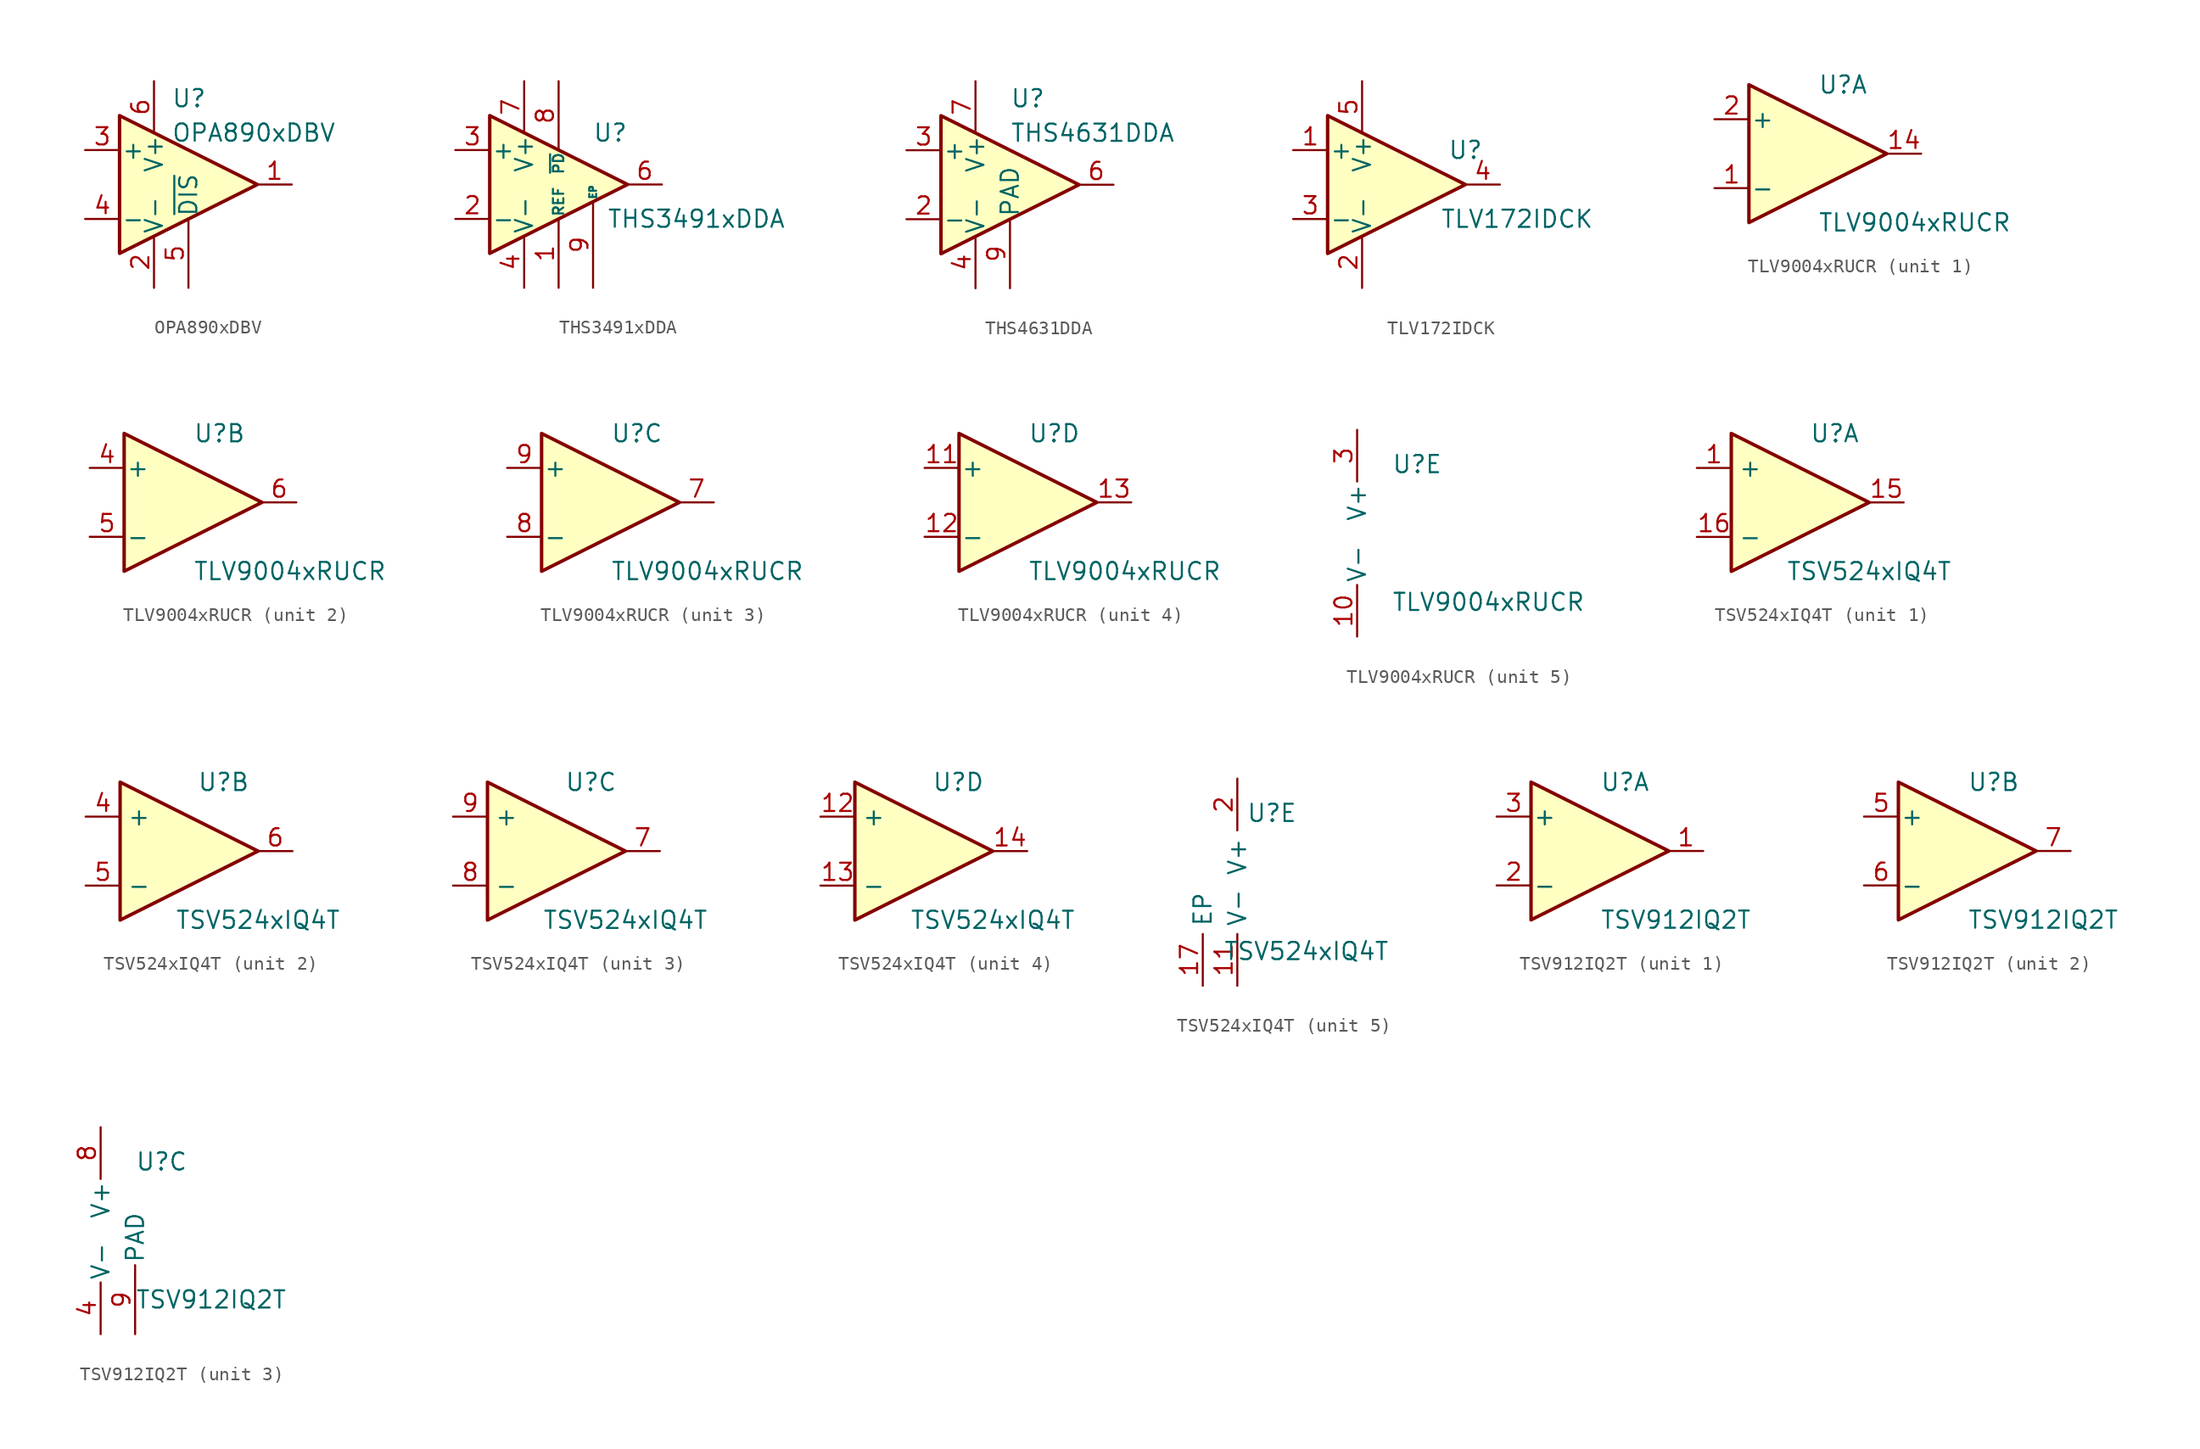
<source format=kicad_sym>
(kicad_symbol_lib
  (version 20201005)
  (generator kicad_symbol_editor)
  (symbol "Amplifier_Operational:OPA890xDBV"
    (pin_names
      (offset 0.127))
    (property "Reference" "U"
      (at -1.27 6.35 0)
      (effects (font (size 1.27 1.27)) (justify left)))
    (property "Value" "OPA890xDBV"
      (at -1.27 3.81 0)
      (effects (font (size 1.27 1.27)) (justify left)))
    (symbol "OPA890xDBV_0_1"
      (polyline (pts (xy -5.08 5.08) (xy 5.08 0) (xy -5.08 -5.08) (xy -5.08 5.08)) (stroke (width 0.254)) (fill (type background)))
      (pin power_in line (at -2.54 -7.62 90) (length 3.81) (name "V-" (effects (font (size 1.27 1.27)))) (number "2" (effects (font (size 1.27 1.27)))))
      (pin power_in line (at -2.54 7.62 270) (length 3.81) (name "V+" (effects (font (size 1.27 1.27)))) (number "6" (effects (font (size 1.27 1.27))))))
    (symbol "OPA890xDBV_1_1"
      (pin output line (at 7.62 0 180) (length 2.54) (name "~" (effects (font (size 1.27 1.27)))) (number "1" (effects (font (size 1.27 1.27)))))
      (pin input line (at -7.62 2.54 0) (length 2.54) (name "+" (effects (font (size 1.27 1.27)))) (number "3" (effects (font (size 1.27 1.27)))))
      (pin input line (at -7.62 -2.54 0) (length 2.54) (name "-" (effects (font (size 1.27 1.27)))) (number "4" (effects (font (size 1.27 1.27)))))
      (pin input line (at 0 -7.62 90) (length 5.08) (name "~DIS" (effects (font (size 1.27 1.27)))) (number "5" (effects (font (size 1.27 1.27)))))))
  (symbol "Amplifier_Operational:THS3491xDDA"
    (pin_names
      (offset 0.127))
    (property "Reference" "U"
      (at 3.81 3.81 0)
      (effects (font (size 1.27 1.27))))
    (property "Value" "THS3491xDDA"
      (at 10.16 -2.54 0)
      (effects (font (size 1.27 1.27))))
    (symbol "THS3491xDDA_1_1"
      (polyline (pts (xy -5.08 5.08) (xy 5.08 0) (xy -5.08 -5.08) (xy -5.08 5.08)) (stroke (width 0.254)) (fill (type background)))
      (pin input line (at 0 -7.62 90) (length 5.08) (name "REF" (effects (font (size 0.762 0.762)))) (number "1" (effects (font (size 1.27 1.27)))))
      (pin input line (at -7.62 -2.54 0) (length 2.54) (name "-" (effects (font (size 1.27 1.27)))) (number "2" (effects (font (size 1.27 1.27)))))
      (pin input line (at -7.62 2.54 0) (length 2.54) (name "+" (effects (font (size 1.27 1.27)))) (number "3" (effects (font (size 1.27 1.27)))))
      (pin power_in line (at -2.54 -7.62 90) (length 3.81) (name "V-" (effects (font (size 1.27 1.27)))) (number "4" (effects (font (size 1.27 1.27)))))
      (pin no_connect line (at -5.08 0 0) (length 2.54) hide (name "NC" (effects (font (size 1.27 1.27)))) (number "5" (effects (font (size 1.27 1.27)))))
      (pin output line (at 7.62 0 180) (length 2.54) (name "~" (effects (font (size 1.27 1.27)))) (number "6" (effects (font (size 1.27 1.27)))))
      (pin power_in line (at -2.54 7.62 270) (length 3.81) (name "V+" (effects (font (size 1.27 1.27)))) (number "7" (effects (font (size 1.27 1.27)))))
      (pin input line (at 0 7.62 270) (length 5.08) (name "~PD" (effects (font (size 0.762 0.762)))) (number "8" (effects (font (size 1.27 1.27)))))
      (pin passive line (at 2.54 -7.62 90) (length 6.35) (name "EP" (effects (font (size 0.508 0.508)))) (number "9" (effects (font (size 1.27 1.27)))))))
  (symbol "Amplifier_Operational:THS4631DDA"
    (pin_names
      (offset 0.127))
    (property "Reference" "U"
      (at 0 6.35 0)
      (effects (font (size 1.27 1.27)) (justify left)))
    (property "Value" "THS4631DDA"
      (at 0 3.81 0)
      (effects (font (size 1.27 1.27)) (justify left)))
    (symbol "THS4631DDA_0_1"
      (polyline (pts (xy -5.08 5.08) (xy 5.08 0) (xy -5.08 -5.08) (xy -5.08 5.08)) (stroke (width 0.254)) (fill (type background))))
    (symbol "THS4631DDA_1_1"
      (pin no_connect line (at -2.54 2.54 270) (length 2.54) hide (name "NC" (effects (font (size 1.27 1.27)))) (number "1" (effects (font (size 1.27 1.27)))))
      (pin input line (at -7.62 -2.54 0) (length 2.54) (name "-" (effects (font (size 1.27 1.27)))) (number "2" (effects (font (size 1.27 1.27)))))
      (pin input line (at -7.62 2.54 0) (length 2.54) (name "+" (effects (font (size 1.27 1.27)))) (number "3" (effects (font (size 1.27 1.27)))))
      (pin power_in line (at -2.54 -7.62 90) (length 3.81) (name "V-" (effects (font (size 1.27 1.27)))) (number "4" (effects (font (size 1.27 1.27)))))
      (pin no_connect line (at 0 2.54 270) (length 2.54) hide (name "NC" (effects (font (size 1.27 1.27)))) (number "5" (effects (font (size 1.27 1.27)))))
      (pin output line (at 7.62 0 180) (length 2.54) (name "~" (effects (font (size 1.27 1.27)))) (number "6" (effects (font (size 1.27 1.27)))))
      (pin power_in line (at -2.54 7.62 270) (length 3.81) (name "V+" (effects (font (size 1.27 1.27)))) (number "7" (effects (font (size 1.27 1.27)))))
      (pin no_connect line (at 0 -2.54 90) (length 2.54) hide (name "NC" (effects (font (size 1.27 1.27)))) (number "8" (effects (font (size 1.27 1.27)))))
      (pin passive line (at 0 -7.62 90) (length 5.08) (name "PAD" (effects (font (size 1.27 1.27)))) (number "9" (effects (font (size 1.27 1.27)))))))
  (symbol "Amplifier_Operational:TLV172IDCK"
    (pin_names
      (offset 0.127))
    (property "Reference" "U"
      (at 7.62 2.54 0)
      (effects (font (size 1.27 1.27))))
    (property "Value" "TLV172IDCK"
      (at 11.43 -2.54 0)
      (effects (font (size 1.27 1.27))))
    (symbol "TLV172IDCK_0_1"
      (polyline (pts (xy -2.54 5.08) (xy -2.54 -5.08) (xy 7.62 0) (xy -2.54 5.08)) (stroke (width 0.254)) (fill (type background))))
    (symbol "TLV172IDCK_1_1"
      (pin input line (at -5.08 2.54 0) (length 2.54) (name "+" (effects (font (size 1.27 1.27)))) (number "1" (effects (font (size 1.27 1.27)))))
      (pin power_in line (at 0 -7.62 90) (length 3.81) (name "V-" (effects (font (size 1.27 1.27)))) (number "2" (effects (font (size 1.27 1.27)))))
      (pin input line (at -5.08 -2.54 0) (length 2.54) (name "-" (effects (font (size 1.27 1.27)))) (number "3" (effects (font (size 1.27 1.27)))))
      (pin output line (at 10.16 0 180) (length 2.54) (name "~" (effects (font (size 1.27 1.27)))) (number "4" (effects (font (size 1.27 1.27)))))
      (pin power_in line (at 0 7.62 270) (length 3.81) (name "V+" (effects (font (size 1.27 1.27)))) (number "5" (effects (font (size 1.27 1.27)))))))
  (symbol "Amplifier_Operational:TLV9004xRUCR"
    (pin_names
      (offset 0.127))
    (property "Reference" "U"
      (at 0 5.08 0)
      (effects (font (size 1.27 1.27)) (justify left)))
    (property "Value" "TLV9004xRUCR"
      (at 0 -5.08 0)
      (effects (font (size 1.27 1.27)) (justify left)))
    (property "ki_locked" ""
      (at 0 0 0)
      (effects (font (size 1.27 1.27))))
    (symbol "TLV9004xRUCR_1_1"
      (polyline (pts (xy -5.08 5.08) (xy 5.08 0) (xy -5.08 -5.08) (xy -5.08 5.08)) (stroke (width 0.254)) (fill (type background)))
      (pin input line (at -7.62 -2.54 0) (length 2.54) (name "-" (effects (font (size 1.27 1.27)))) (number "1" (effects (font (size 1.27 1.27)))))
      (pin output line (at 7.62 0 180) (length 2.54) (name "~" (effects (font (size 1.27 1.27)))) (number "14" (effects (font (size 1.27 1.27)))))
      (pin input line (at -7.62 2.54 0) (length 2.54) (name "+" (effects (font (size 1.27 1.27)))) (number "2" (effects (font (size 1.27 1.27))))))
    (symbol "TLV9004xRUCR_2_1"
      (polyline (pts (xy -5.08 5.08) (xy 5.08 0) (xy -5.08 -5.08) (xy -5.08 5.08)) (stroke (width 0.254)) (fill (type background)))
      (pin input line (at -7.62 2.54 0) (length 2.54) (name "+" (effects (font (size 1.27 1.27)))) (number "4" (effects (font (size 1.27 1.27)))))
      (pin input line (at -7.62 -2.54 0) (length 2.54) (name "-" (effects (font (size 1.27 1.27)))) (number "5" (effects (font (size 1.27 1.27)))))
      (pin output line (at 7.62 0 180) (length 2.54) (name "~" (effects (font (size 1.27 1.27)))) (number "6" (effects (font (size 1.27 1.27))))))
    (symbol "TLV9004xRUCR_3_1"
      (polyline (pts (xy -5.08 5.08) (xy 5.08 0) (xy -5.08 -5.08) (xy -5.08 5.08)) (stroke (width 0.254)) (fill (type background)))
      (pin output line (at 7.62 0 180) (length 2.54) (name "~" (effects (font (size 1.27 1.27)))) (number "7" (effects (font (size 1.27 1.27)))))
      (pin input line (at -7.62 -2.54 0) (length 2.54) (name "-" (effects (font (size 1.27 1.27)))) (number "8" (effects (font (size 1.27 1.27)))))
      (pin input line (at -7.62 2.54 0) (length 2.54) (name "+" (effects (font (size 1.27 1.27)))) (number "9" (effects (font (size 1.27 1.27))))))
    (symbol "TLV9004xRUCR_4_1"
      (polyline (pts (xy -5.08 5.08) (xy 5.08 0) (xy -5.08 -5.08) (xy -5.08 5.08)) (stroke (width 0.254)) (fill (type background)))
      (pin input line (at -7.62 2.54 0) (length 2.54) (name "+" (effects (font (size 1.27 1.27)))) (number "11" (effects (font (size 1.27 1.27)))))
      (pin input line (at -7.62 -2.54 0) (length 2.54) (name "-" (effects (font (size 1.27 1.27)))) (number "12" (effects (font (size 1.27 1.27)))))
      (pin output line (at 7.62 0 180) (length 2.54) (name "~" (effects (font (size 1.27 1.27)))) (number "13" (effects (font (size 1.27 1.27))))))
    (symbol "TLV9004xRUCR_5_1"
      (pin power_in line (at -2.54 -7.62 90) (length 3.81) (name "V-" (effects (font (size 1.27 1.27)))) (number "10" (effects (font (size 1.27 1.27)))))
      (pin power_in line (at -2.54 7.62 270) (length 3.81) (name "V+" (effects (font (size 1.27 1.27)))) (number "3" (effects (font (size 1.27 1.27)))))))
  (symbol "Amplifier_Operational:TSV524xIQ4T"
    (property "Reference" "U"
      (at 2.54 5.08 0)
      (effects (font (size 1.27 1.27))))
    (property "Value" "TSV524xIQ4T"
      (at 5.08 -5.08 0)
      (effects (font (size 1.27 1.27))))
    (property "ki_locked" ""
      (at 0 0 0)
      (effects (font (size 1.27 1.27))))
    (symbol "TSV524xIQ4T_1_1"
      (polyline (pts (xy -5.08 5.08) (xy 5.08 0) (xy -5.08 -5.08) (xy -5.08 5.08)) (stroke (width 0.254)) (fill (type background)))
      (pin input line (at -7.62 2.54 0) (length 2.54) (name "+" (effects (font (size 1.27 1.27)))) (number "1" (effects (font (size 1.27 1.27)))))
      (pin output line (at 7.62 0 180) (length 2.54) (name "~" (effects (font (size 1.27 1.27)))) (number "15" (effects (font (size 1.27 1.27)))))
      (pin input line (at -7.62 -2.54 0) (length 2.54) (name "-" (effects (font (size 1.27 1.27)))) (number "16" (effects (font (size 1.27 1.27))))))
    (symbol "TSV524xIQ4T_2_1"
      (polyline (pts (xy -5.08 5.08) (xy 5.08 0) (xy -5.08 -5.08) (xy -5.08 5.08)) (stroke (width 0.254)) (fill (type background)))
      (pin input line (at -7.62 2.54 0) (length 2.54) (name "+" (effects (font (size 1.27 1.27)))) (number "4" (effects (font (size 1.27 1.27)))))
      (pin input line (at -7.62 -2.54 0) (length 2.54) (name "-" (effects (font (size 1.27 1.27)))) (number "5" (effects (font (size 1.27 1.27)))))
      (pin output line (at 7.62 0 180) (length 2.54) (name "~" (effects (font (size 1.27 1.27)))) (number "6" (effects (font (size 1.27 1.27))))))
    (symbol "TSV524xIQ4T_3_1"
      (polyline (pts (xy -5.08 5.08) (xy 5.08 0) (xy -5.08 -5.08) (xy -5.08 5.08)) (stroke (width 0.254)) (fill (type background)))
      (pin output line (at 7.62 0 180) (length 2.54) (name "~" (effects (font (size 1.27 1.27)))) (number "7" (effects (font (size 1.27 1.27)))))
      (pin input line (at -7.62 -2.54 0) (length 2.54) (name "-" (effects (font (size 1.27 1.27)))) (number "8" (effects (font (size 1.27 1.27)))))
      (pin input line (at -7.62 2.54 0) (length 2.54) (name "+" (effects (font (size 1.27 1.27)))) (number "9" (effects (font (size 1.27 1.27))))))
    (symbol "TSV524xIQ4T_4_1"
      (polyline (pts (xy -5.08 5.08) (xy 5.08 0) (xy -5.08 -5.08) (xy -5.08 5.08)) (stroke (width 0.254)) (fill (type background)))
      (pin input line (at -7.62 2.54 0) (length 2.54) (name "+" (effects (font (size 1.27 1.27)))) (number "12" (effects (font (size 1.27 1.27)))))
      (pin input line (at -7.62 -2.54 0) (length 2.54) (name "-" (effects (font (size 1.27 1.27)))) (number "13" (effects (font (size 1.27 1.27)))))
      (pin output line (at 7.62 0 180) (length 2.54) (name "~" (effects (font (size 1.27 1.27)))) (number "14" (effects (font (size 1.27 1.27))))))
    (symbol "TSV524xIQ4T_5_1"
      (pin no_connect line (at -2.54 0 0) (length 3.81) hide (name "NC" (effects (font (size 1.27 1.27)))) (number "10" (effects (font (size 1.27 1.27)))))
      (pin power_in line (at 0 -7.62 90) (length 3.81) (name "V-" (effects (font (size 1.27 1.27)))) (number "11" (effects (font (size 1.27 1.27)))))
      (pin passive line (at -2.54 -7.62 90) (length 3.81) (name "EP" (effects (font (size 1.27 1.27)))) (number "17" (effects (font (size 1.27 1.27)))))
      (pin power_in line (at 0 7.62 270) (length 3.81) (name "V+" (effects (font (size 1.27 1.27)))) (number "2" (effects (font (size 1.27 1.27)))))
      (pin no_connect line (at -2.54 2.54 0) (length 3.81) hide (name "NC" (effects (font (size 1.27 1.27)))) (number "3" (effects (font (size 1.27 1.27)))))))
  (symbol "Amplifier_Operational:TSV912IQ2T"
    (pin_names
      (offset 0.127))
    (property "Reference" "U"
      (at 0 5.08 0)
      (effects (font (size 1.27 1.27)) (justify left)))
    (property "Value" "TSV912IQ2T"
      (at 0 -5.08 0)
      (effects (font (size 1.27 1.27)) (justify left)))
    (property "ki_locked" ""
      (at 0 0 0)
      (effects (font (size 1.27 1.27))))
    (symbol "TSV912IQ2T_1_1"
      (polyline (pts (xy -5.08 5.08) (xy 5.08 0) (xy -5.08 -5.08) (xy -5.08 5.08)) (stroke (width 0.254)) (fill (type background)))
      (pin output line (at 7.62 0 180) (length 2.54) (name "~" (effects (font (size 1.27 1.27)))) (number "1" (effects (font (size 1.27 1.27)))))
      (pin input line (at -7.62 -2.54 0) (length 2.54) (name "-" (effects (font (size 1.27 1.27)))) (number "2" (effects (font (size 1.27 1.27)))))
      (pin input line (at -7.62 2.54 0) (length 2.54) (name "+" (effects (font (size 1.27 1.27)))) (number "3" (effects (font (size 1.27 1.27))))))
    (symbol "TSV912IQ2T_2_1"
      (polyline (pts (xy -5.08 5.08) (xy 5.08 0) (xy -5.08 -5.08) (xy -5.08 5.08)) (stroke (width 0.254)) (fill (type background)))
      (pin input line (at -7.62 2.54 0) (length 2.54) (name "+" (effects (font (size 1.27 1.27)))) (number "5" (effects (font (size 1.27 1.27)))))
      (pin input line (at -7.62 -2.54 0) (length 2.54) (name "-" (effects (font (size 1.27 1.27)))) (number "6" (effects (font (size 1.27 1.27)))))
      (pin output line (at 7.62 0 180) (length 2.54) (name "~" (effects (font (size 1.27 1.27)))) (number "7" (effects (font (size 1.27 1.27))))))
    (symbol "TSV912IQ2T_3_1"
      (pin power_in line (at -2.54 -7.62 90) (length 3.81) (name "V-" (effects (font (size 1.27 1.27)))) (number "4" (effects (font (size 1.27 1.27)))))
      (pin power_in line (at -2.54 7.62 270) (length 3.81) (name "V+" (effects (font (size 1.27 1.27)))) (number "8" (effects (font (size 1.27 1.27)))))
      (pin power_in line (at 0 -7.62 90) (length 5.08) (name "PAD" (effects (font (size 1.27 1.27)))) (number "9" (effects (font (size 1.27 1.27))))))))
</source>
